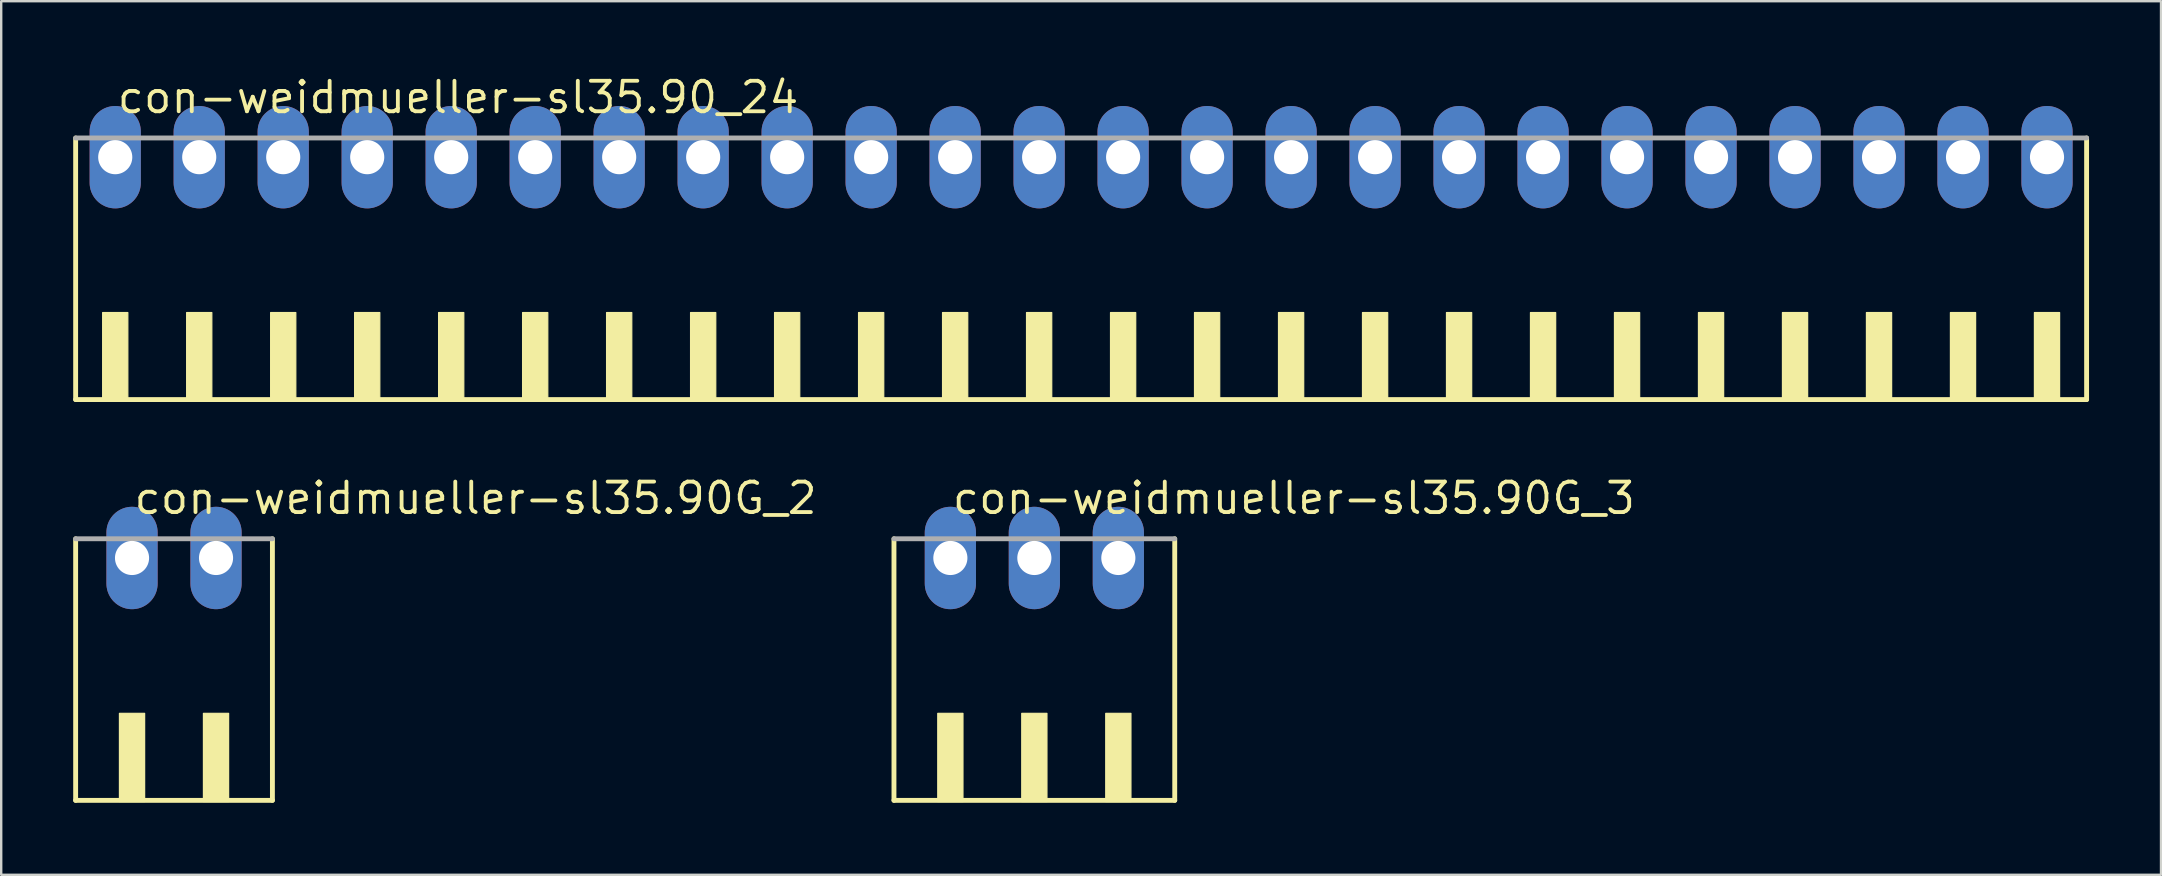
<source format=kicad_pcb>
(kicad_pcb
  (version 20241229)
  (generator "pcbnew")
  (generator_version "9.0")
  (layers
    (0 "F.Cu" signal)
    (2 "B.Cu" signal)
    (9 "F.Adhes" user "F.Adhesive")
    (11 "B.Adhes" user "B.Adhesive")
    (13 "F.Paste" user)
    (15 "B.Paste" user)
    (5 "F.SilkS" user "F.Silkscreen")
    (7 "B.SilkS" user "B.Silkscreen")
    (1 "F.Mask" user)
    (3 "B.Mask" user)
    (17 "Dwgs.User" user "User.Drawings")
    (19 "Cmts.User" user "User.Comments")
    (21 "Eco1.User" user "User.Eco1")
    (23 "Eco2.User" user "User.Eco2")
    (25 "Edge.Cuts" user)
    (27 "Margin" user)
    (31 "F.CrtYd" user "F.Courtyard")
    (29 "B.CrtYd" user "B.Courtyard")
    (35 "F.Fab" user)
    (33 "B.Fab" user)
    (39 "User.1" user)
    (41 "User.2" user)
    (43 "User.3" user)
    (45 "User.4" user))
  (footprint "con-weidmueller-sl35.90_24"
    (layer "F.Cu")
    (at 42.002 8.75)
    (property "Reference" "con-weidmueller-sl35.90_24" (at -40.25 -7 0) (layer "F.SilkS") (effects (font (size 1.27 1.27) (thickness 0.16)) (justify left bottom)))
    (attr through_hole)
    (fp_line (start -41.9 -6.05) (end -41.9 4.85) (stroke (width 0.203) (type default)) (layer "F.SilkS"))
    (fp_line (start -41.9 4.85) (end 41.9 4.85) (stroke (width 0.203) (type default)) (layer "F.SilkS"))
    (fp_line (start 41.9 4.85) (end 41.9 -6.05) (stroke (width 0.203) (type default)) (layer "F.SilkS"))
    (fp_rect (start -40.775 4.9) (end -39.725 1.225) (stroke (width 0.05) (type default)) (fill yes) (layer "F.SilkS"))
    (fp_rect (start -37.275 4.9) (end -36.225 1.225) (stroke (width 0.05) (type default)) (fill yes) (layer "F.SilkS"))
    (fp_rect (start -33.775 4.9) (end -32.725 1.225) (stroke (width 0.05) (type default)) (fill yes) (layer "F.SilkS"))
    (fp_rect (start -30.275 4.9) (end -29.225 1.225) (stroke (width 0.05) (type default)) (fill yes) (layer "F.SilkS"))
    (fp_rect (start -26.775 4.9) (end -25.725 1.225) (stroke (width 0.05) (type default)) (fill yes) (layer "F.SilkS"))
    (fp_rect (start -23.275 4.9) (end -22.225 1.225) (stroke (width 0.05) (type default)) (fill yes) (layer "F.SilkS"))
    (fp_rect (start -19.775 4.9) (end -18.725 1.225) (stroke (width 0.05) (type default)) (fill yes) (layer "F.SilkS"))
    (fp_rect (start -16.275 4.9) (end -15.225 1.225) (stroke (width 0.05) (type default)) (fill yes) (layer "F.SilkS"))
    (fp_rect (start -12.775 4.9) (end -11.725 1.225) (stroke (width 0.05) (type default)) (fill yes) (layer "F.SilkS"))
    (fp_rect (start -9.275 4.9) (end -8.225 1.225) (stroke (width 0.05) (type default)) (fill yes) (layer "F.SilkS"))
    (fp_rect (start -5.775 4.9) (end -4.725 1.225) (stroke (width 0.05) (type default)) (fill yes) (layer "F.SilkS"))
    (fp_rect (start -2.275 4.9) (end -1.225 1.225) (stroke (width 0.05) (type default)) (fill yes) (layer "F.SilkS"))
    (fp_rect (start 1.225 4.9) (end 2.275 1.225) (stroke (width 0.05) (type default)) (fill yes) (layer "F.SilkS"))
    (fp_rect (start 4.725 4.9) (end 5.775 1.225) (stroke (width 0.05) (type default)) (fill yes) (layer "F.SilkS"))
    (fp_rect (start 8.225 4.9) (end 9.275 1.225) (stroke (width 0.05) (type default)) (fill yes) (layer "F.SilkS"))
    (fp_rect (start 11.725 4.9) (end 12.775 1.225) (stroke (width 0.05) (type default)) (fill yes) (layer "F.SilkS"))
    (fp_rect (start 15.225 4.9) (end 16.275 1.225) (stroke (width 0.05) (type default)) (fill yes) (layer "F.SilkS"))
    (fp_rect (start 18.725 4.9) (end 19.775 1.225) (stroke (width 0.05) (type default)) (fill yes) (layer "F.SilkS"))
    (fp_rect (start 22.225 4.9) (end 23.275 1.225) (stroke (width 0.05) (type default)) (fill yes) (layer "F.SilkS"))
    (fp_rect (start 25.725 4.9) (end 26.775 1.225) (stroke (width 0.05) (type default)) (fill yes) (layer "F.SilkS"))
    (fp_rect (start 29.225 4.9) (end 30.275 1.225) (stroke (width 0.05) (type default)) (fill yes) (layer "F.SilkS"))
    (fp_rect (start 32.725 4.9) (end 33.775 1.225) (stroke (width 0.05) (type default)) (fill yes) (layer "F.SilkS"))
    (fp_rect (start 36.225 4.9) (end 37.275 1.225) (stroke (width 0.05) (type default)) (fill yes) (layer "F.SilkS"))
    (fp_rect (start 39.725 4.9) (end 40.775 1.225) (stroke (width 0.05) (type default)) (fill yes) (layer "F.SilkS"))
    (fp_line (start 41.9 -6.05) (end -41.9 -6.05) (stroke (width 0.203) (type default)) (layer "F.Fab"))
    (pad "1" thru_hole oval (at -40.25 -5.25 90) (size 4.267 2.134) (drill 1.422) (layers "*.Cu" "*.Mask"))
    (pad "2" thru_hole oval (at -36.75 -5.25 90) (size 4.267 2.134) (drill 1.422) (layers "*.Cu" "*.Mask"))
    (pad "3" thru_hole oval (at -33.25 -5.25 90) (size 4.267 2.134) (drill 1.422) (layers "*.Cu" "*.Mask"))
    (pad "4" thru_hole oval (at -29.75 -5.25 90) (size 4.267 2.134) (drill 1.422) (layers "*.Cu" "*.Mask"))
    (pad "5" thru_hole oval (at -26.25 -5.25 90) (size 4.267 2.134) (drill 1.422) (layers "*.Cu" "*.Mask"))
    (pad "6" thru_hole oval (at -22.75 -5.25 90) (size 4.267 2.134) (drill 1.422) (layers "*.Cu" "*.Mask"))
    (pad "7" thru_hole oval (at -19.25 -5.25 90) (size 4.267 2.134) (drill 1.422) (layers "*.Cu" "*.Mask"))
    (pad "8" thru_hole oval (at -15.75 -5.25 90) (size 4.267 2.134) (drill 1.422) (layers "*.Cu" "*.Mask"))
    (pad "9" thru_hole oval (at -12.25 -5.25 90) (size 4.267 2.134) (drill 1.422) (layers "*.Cu" "*.Mask"))
    (pad "10" thru_hole oval (at -8.75 -5.25 90) (size 4.267 2.134) (drill 1.422) (layers "*.Cu" "*.Mask"))
    (pad "11" thru_hole oval (at -5.25 -5.25 90) (size 4.267 2.134) (drill 1.422) (layers "*.Cu" "*.Mask"))
    (pad "12" thru_hole oval (at -1.75 -5.25 90) (size 4.267 2.134) (drill 1.422) (layers "*.Cu" "*.Mask"))
    (pad "13" thru_hole oval (at 1.75 -5.25 90) (size 4.267 2.134) (drill 1.422) (layers "*.Cu" "*.Mask"))
    (pad "14" thru_hole oval (at 5.25 -5.25 90) (size 4.267 2.134) (drill 1.422) (layers "*.Cu" "*.Mask"))
    (pad "15" thru_hole oval (at 8.75 -5.25 90) (size 4.267 2.134) (drill 1.422) (layers "*.Cu" "*.Mask"))
    (pad "16" thru_hole oval (at 12.25 -5.25 90) (size 4.267 2.134) (drill 1.422) (layers "*.Cu" "*.Mask"))
    (pad "17" thru_hole oval (at 15.75 -5.25 90) (size 4.267 2.134) (drill 1.422) (layers "*.Cu" "*.Mask"))
    (pad "18" thru_hole oval (at 19.25 -5.25 90) (size 4.267 2.134) (drill 1.422) (layers "*.Cu" "*.Mask"))
    (pad "19" thru_hole oval (at 22.75 -5.25 90) (size 4.267 2.134) (drill 1.422) (layers "*.Cu" "*.Mask"))
    (pad "20" thru_hole oval (at 26.25 -5.25 90) (size 4.267 2.134) (drill 1.422) (layers "*.Cu" "*.Mask"))
    (pad "21" thru_hole oval (at 29.75 -5.25 90) (size 4.267 2.134) (drill 1.422) (layers "*.Cu" "*.Mask"))
    (pad "22" thru_hole oval (at 33.25 -5.25 90) (size 4.267 2.134) (drill 1.422) (layers "*.Cu" "*.Mask"))
    (pad "23" thru_hole oval (at 36.75 -5.25 90) (size 4.267 2.134) (drill 1.422) (layers "*.Cu" "*.Mask"))
    (pad "24" thru_hole oval (at 40.25 -5.25 90) (size 4.267 2.134) (drill 1.422) (layers "*.Cu" "*.Mask")))
  (footprint "con-weidmueller-sl35.90G_3"
    (layer "F.Cu")
    (at 40.053 25.452)
    (property "Reference" "con-weidmueller-sl35.90G_3" (at -3.5 -7 0) (layer "F.SilkS") (effects (font (size 1.27 1.27) (thickness 0.16)) (justify left bottom)))
    (attr through_hole)
    (fp_line (start -5.85 -6.05) (end -5.85 4.85) (stroke (width 0.203) (type default)) (layer "F.SilkS"))
    (fp_line (start -5.85 4.85) (end 5.85 4.85) (stroke (width 0.203) (type default)) (layer "F.SilkS"))
    (fp_line (start 5.85 4.85) (end 5.85 -6.05) (stroke (width 0.203) (type default)) (layer "F.SilkS"))
    (fp_rect (start -4.025 4.9) (end -2.975 1.225) (stroke (width 0.05) (type default)) (fill yes) (layer "F.SilkS"))
    (fp_rect (start -0.525 4.9) (end 0.525 1.225) (stroke (width 0.05) (type default)) (fill yes) (layer "F.SilkS"))
    (fp_rect (start 2.975 4.9) (end 4.025 1.225) (stroke (width 0.05) (type default)) (fill yes) (layer "F.SilkS"))
    (fp_line (start 5.85 -6.05) (end -5.85 -6.05) (stroke (width 0.203) (type default)) (layer "F.Fab"))
    (pad "1" thru_hole oval (at -3.5 -5.25 90) (size 4.267 2.134) (drill 1.422) (layers "*.Cu" "*.Mask"))
    (pad "2" thru_hole oval (at 0 -5.25 90) (size 4.267 2.134) (drill 1.422) (layers "*.Cu" "*.Mask"))
    (pad "3" thru_hole oval (at 3.5 -5.25 90) (size 4.267 2.134) (drill 1.422) (layers "*.Cu" "*.Mask")))
  (footprint "con-weidmueller-sl35.90G_2"
    (layer "F.Cu")
    (at 4.202 25.452)
    (property "Reference" "con-weidmueller-sl35.90G_2" (at -1.75 -7 0) (layer "F.SilkS") (effects (font (size 1.27 1.27) (thickness 0.16)) (justify left bottom)))
    (attr through_hole)
    (fp_line (start -4.1 -6.05) (end -4.1 4.85) (stroke (width 0.203) (type default)) (layer "F.SilkS"))
    (fp_line (start -4.1 4.85) (end 4.1 4.85) (stroke (width 0.203) (type default)) (layer "F.SilkS"))
    (fp_line (start 4.1 4.85) (end 4.1 -6.05) (stroke (width 0.203) (type default)) (layer "F.SilkS"))
    (fp_rect (start -2.275 4.9) (end -1.225 1.225) (stroke (width 0.05) (type default)) (fill yes) (layer "F.SilkS"))
    (fp_rect (start 1.225 4.9) (end 2.275 1.225) (stroke (width 0.05) (type default)) (fill yes) (layer "F.SilkS"))
    (fp_line (start 4.1 -6.05) (end -4.1 -6.05) (stroke (width 0.203) (type default)) (layer "F.Fab"))
    (pad "1" thru_hole oval (at -1.75 -5.25 90) (size 4.267 2.134) (drill 1.422) (layers "*.Cu" "*.Mask"))
    (pad "2" thru_hole oval (at 1.75 -5.25 90) (size 4.267 2.134) (drill 1.422) (layers "*.Cu" "*.Mask")))
  (gr_rect
    (start -3 -3)
    (end 87.003 33.403)
    (stroke (width 0.1) (type default))
    (fill no)
    (layer "Edge.Cuts")))
</source>
